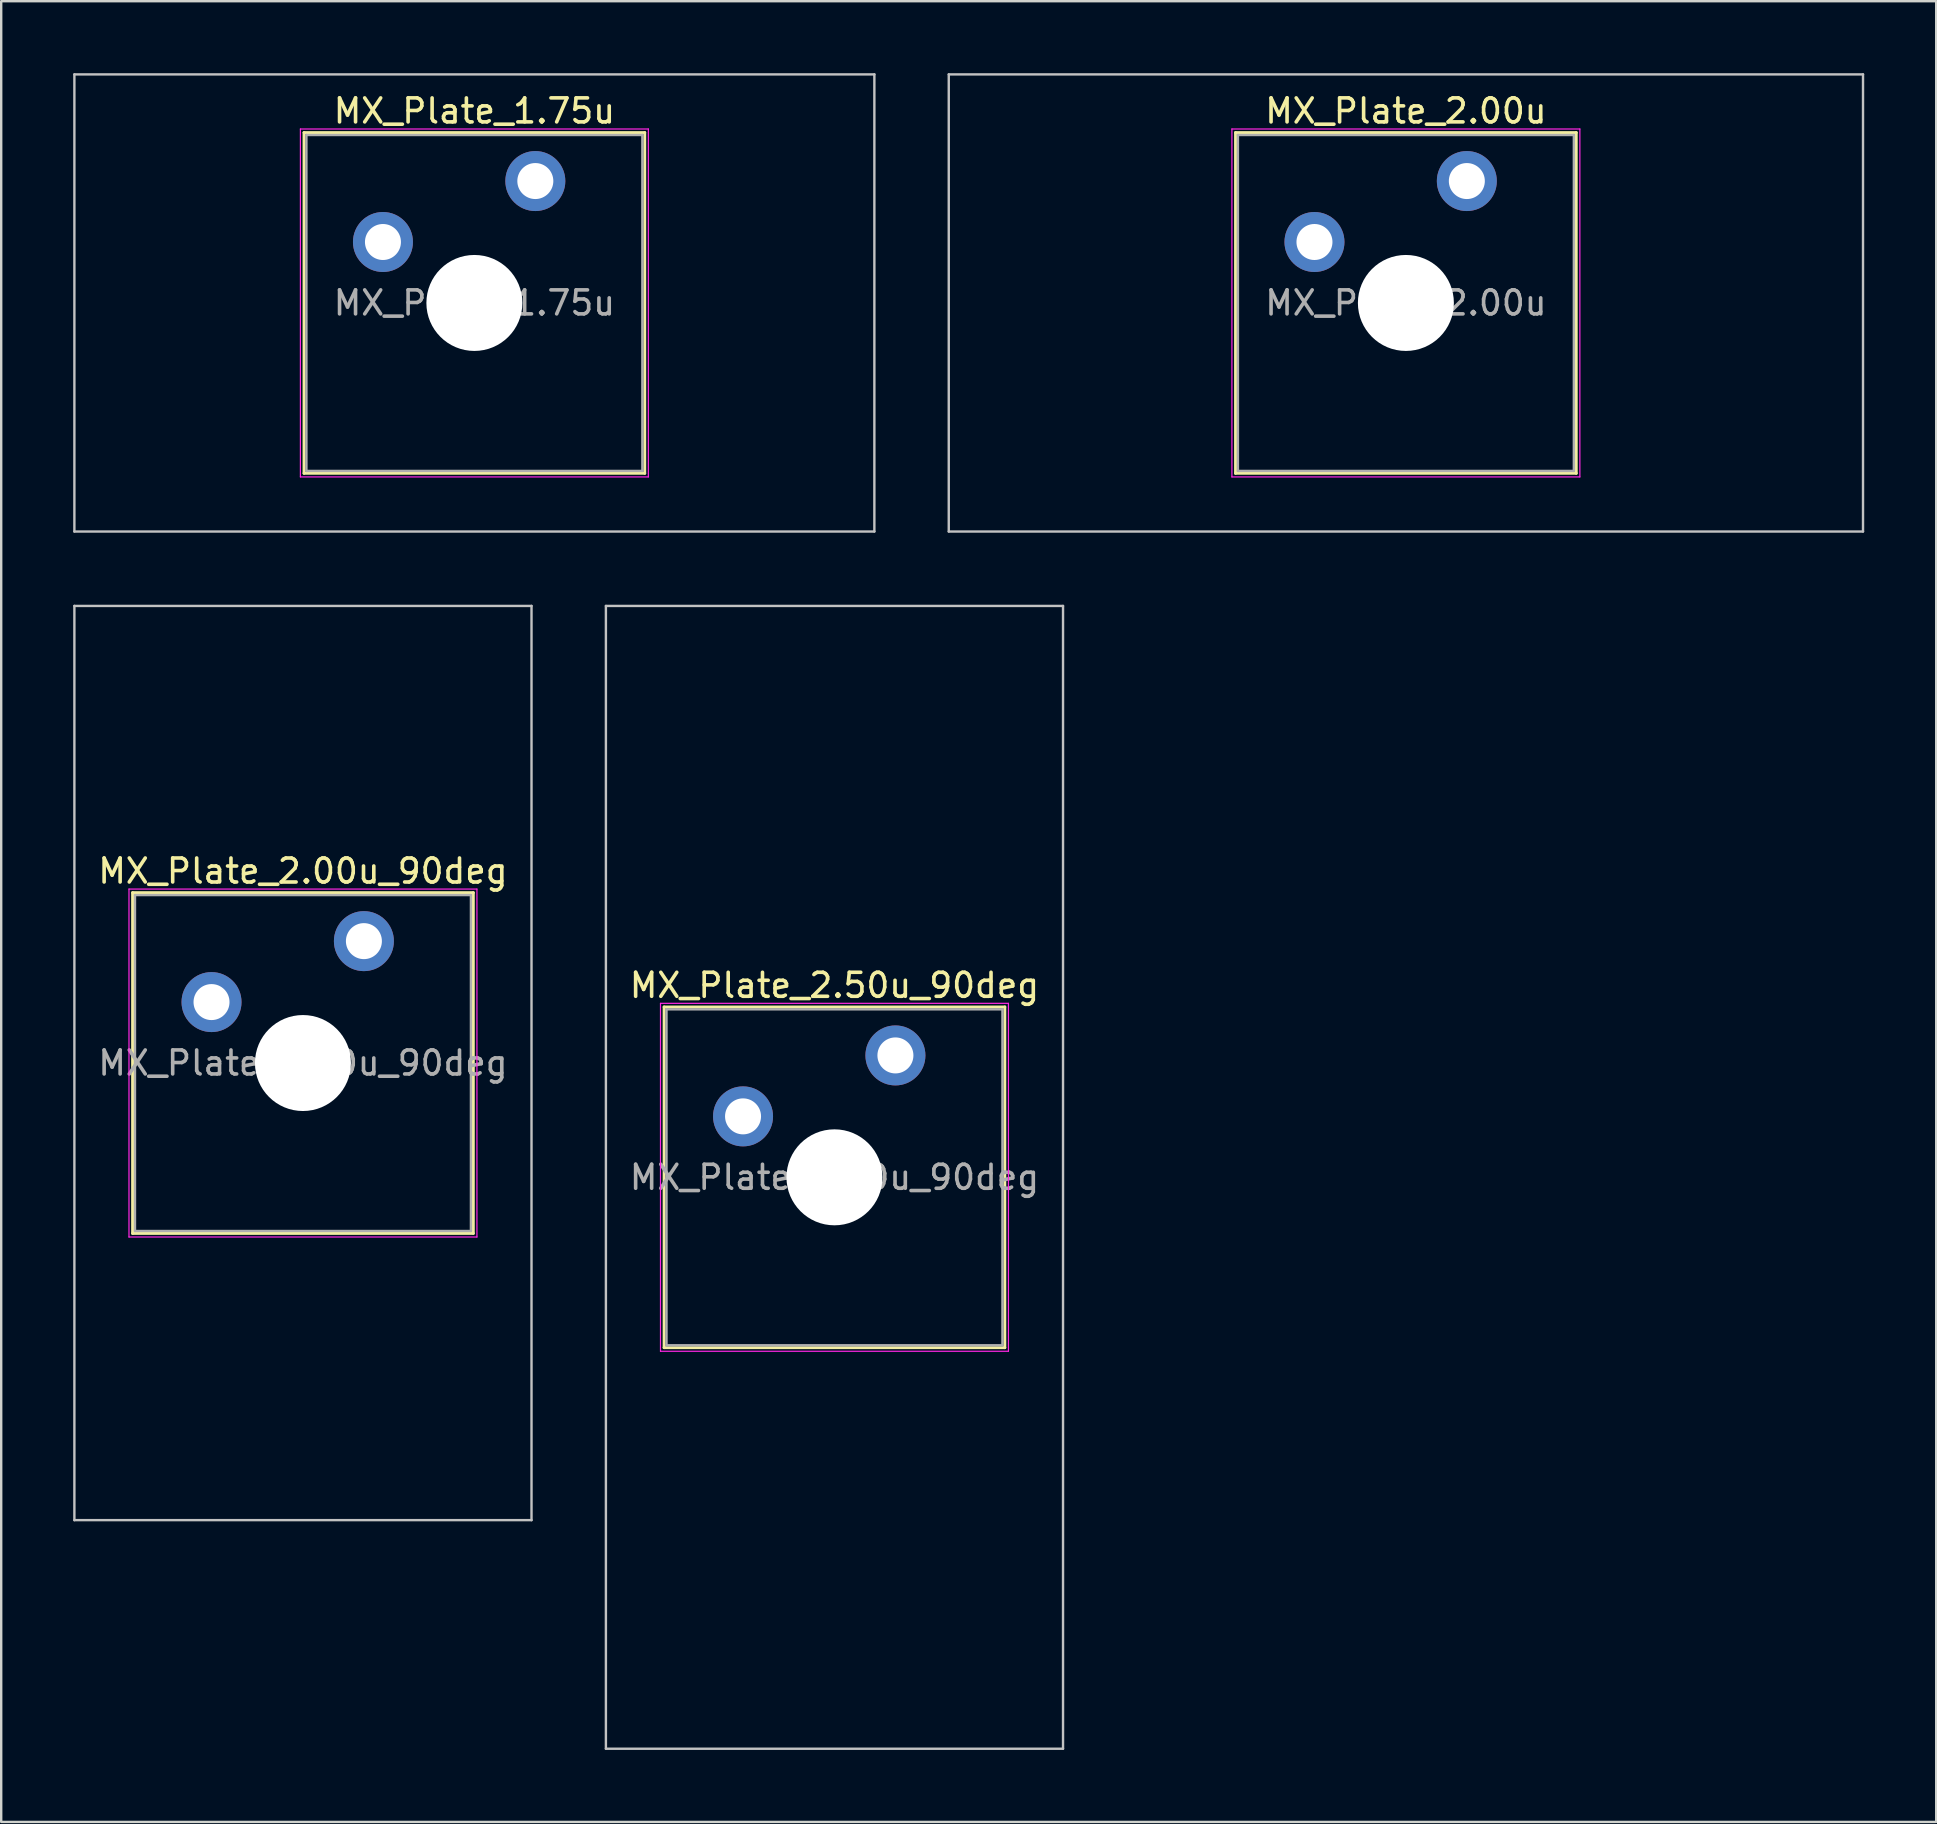
<source format=kicad_pcb>
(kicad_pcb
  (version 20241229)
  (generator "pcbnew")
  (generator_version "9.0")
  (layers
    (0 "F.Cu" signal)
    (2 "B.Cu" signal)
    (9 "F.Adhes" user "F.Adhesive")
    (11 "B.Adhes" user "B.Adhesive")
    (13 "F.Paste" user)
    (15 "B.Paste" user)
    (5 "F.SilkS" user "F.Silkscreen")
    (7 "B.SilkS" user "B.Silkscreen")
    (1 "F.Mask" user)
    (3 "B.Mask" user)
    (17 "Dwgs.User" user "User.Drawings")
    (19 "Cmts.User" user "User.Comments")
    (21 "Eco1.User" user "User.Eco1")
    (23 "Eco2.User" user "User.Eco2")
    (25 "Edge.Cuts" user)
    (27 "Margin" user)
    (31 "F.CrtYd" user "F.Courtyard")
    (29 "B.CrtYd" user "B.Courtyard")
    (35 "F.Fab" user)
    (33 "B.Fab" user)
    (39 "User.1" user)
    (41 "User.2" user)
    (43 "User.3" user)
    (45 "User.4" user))
  (footprint "MX_Plate_2.00u_90deg"
    (layer "F.Cu")
    (at 9.575 41.25)
    (property "Reference" "MX_Plate_2.00u_90deg" (at 0 -8 0) (layer "F.SilkS") (effects (font (size 1 1) (thickness 0.15))))
    (attr through_hole)
    (fp_line (start -7.1 -7.1) (end -7.1 7.1) (stroke (width 0.12) (type solid)) (layer "F.SilkS"))
    (fp_line (start -7.1 7.1) (end 7.1 7.1) (stroke (width 0.12) (type solid)) (layer "F.SilkS"))
    (fp_line (start 7.1 -7.1) (end -7.1 -7.1) (stroke (width 0.12) (type solid)) (layer "F.SilkS"))
    (fp_line (start 7.1 7.1) (end 7.1 -7.1) (stroke (width 0.12) (type solid)) (layer "F.SilkS"))
    (fp_line (start -9.525 -19.05) (end 9.525 -19.05) (stroke (width 0.1) (type solid)) (layer "Dwgs.User"))
    (fp_line (start -9.525 19.05) (end -9.525 -19.05) (stroke (width 0.1) (type solid)) (layer "Dwgs.User"))
    (fp_line (start 9.525 -19.05) (end 9.525 19.05) (stroke (width 0.1) (type solid)) (layer "Dwgs.User"))
    (fp_line (start 9.525 19.05) (end -9.525 19.05) (stroke (width 0.1) (type solid)) (layer "Dwgs.User"))
    (fp_line (start -7 -7) (end -7 7) (stroke (width 0.1) (type solid)) (layer "Eco1.User"))
    (fp_line (start -7 7) (end 7 7) (stroke (width 0.1) (type solid)) (layer "Eco1.User"))
    (fp_line (start 7 -7) (end -7 -7) (stroke (width 0.1) (type solid)) (layer "Eco1.User"))
    (fp_line (start 7 7) (end 7 -7) (stroke (width 0.1) (type solid)) (layer "Eco1.User"))
    (fp_line (start -7.25 -7.25) (end -7.25 7.25) (stroke (width 0.05) (type solid)) (layer "F.CrtYd"))
    (fp_line (start -7.25 7.25) (end 7.25 7.25) (stroke (width 0.05) (type solid)) (layer "F.CrtYd"))
    (fp_line (start 7.25 -7.25) (end -7.25 -7.25) (stroke (width 0.05) (type solid)) (layer "F.CrtYd"))
    (fp_line (start 7.25 7.25) (end 7.25 -7.25) (stroke (width 0.05) (type solid)) (layer "F.CrtYd"))
    (fp_line (start -7 -7) (end -7 7) (stroke (width 0.1) (type solid)) (layer "F.Fab"))
    (fp_line (start -7 7) (end 7 7) (stroke (width 0.1) (type solid)) (layer "F.Fab"))
    (fp_line (start 7 -7) (end -7 -7) (stroke (width 0.1) (type solid)) (layer "F.Fab"))
    (fp_line (start 7 7) (end 7 -7) (stroke (width 0.1) (type solid)) (layer "F.Fab"))
    (fp_text user "${REFERENCE}" (at 0 0 0) (layer "F.Fab") (effects (font (size 1 1) (thickness 0.15))))
    (pad "" np_thru_hole circle (at 0 0) (size 4 4) (drill 4) (layers "*.Cu" "*.Mask"))
    (pad "1" thru_hole circle (at -3.81 -2.54) (size 2.5 2.5) (drill 1.5) (layers "*.Cu" "*.Mask"))
    (pad "2" thru_hole circle (at 2.54 -5.08) (size 2.5 2.5) (drill 1.5) (layers "*.Cu" "*.Mask")))
  (footprint "MX_Plate_2.00u"
    (layer "F.Cu")
    (at 55.538 9.575)
    (property "Reference" "MX_Plate_2.00u" (at 0 -8 0) (layer "F.SilkS") (effects (font (size 1 1) (thickness 0.15))))
    (attr through_hole)
    (fp_line (start -7.1 -7.1) (end -7.1 7.1) (stroke (width 0.12) (type solid)) (layer "F.SilkS"))
    (fp_line (start -7.1 7.1) (end 7.1 7.1) (stroke (width 0.12) (type solid)) (layer "F.SilkS"))
    (fp_line (start 7.1 -7.1) (end -7.1 -7.1) (stroke (width 0.12) (type solid)) (layer "F.SilkS"))
    (fp_line (start 7.1 7.1) (end 7.1 -7.1) (stroke (width 0.12) (type solid)) (layer "F.SilkS"))
    (fp_line (start -19.05 -9.525) (end -19.05 9.525) (stroke (width 0.1) (type solid)) (layer "Dwgs.User"))
    (fp_line (start -19.05 9.525) (end 19.05 9.525) (stroke (width 0.1) (type solid)) (layer "Dwgs.User"))
    (fp_line (start 19.05 -9.525) (end -19.05 -9.525) (stroke (width 0.1) (type solid)) (layer "Dwgs.User"))
    (fp_line (start 19.05 9.525) (end 19.05 -9.525) (stroke (width 0.1) (type solid)) (layer "Dwgs.User"))
    (fp_line (start -7 -7) (end -7 7) (stroke (width 0.1) (type solid)) (layer "Eco1.User"))
    (fp_line (start -7 7) (end 7 7) (stroke (width 0.1) (type solid)) (layer "Eco1.User"))
    (fp_line (start 7 -7) (end -7 -7) (stroke (width 0.1) (type solid)) (layer "Eco1.User"))
    (fp_line (start 7 7) (end 7 -7) (stroke (width 0.1) (type solid)) (layer "Eco1.User"))
    (fp_line (start -7.25 -7.25) (end -7.25 7.25) (stroke (width 0.05) (type solid)) (layer "F.CrtYd"))
    (fp_line (start -7.25 7.25) (end 7.25 7.25) (stroke (width 0.05) (type solid)) (layer "F.CrtYd"))
    (fp_line (start 7.25 -7.25) (end -7.25 -7.25) (stroke (width 0.05) (type solid)) (layer "F.CrtYd"))
    (fp_line (start 7.25 7.25) (end 7.25 -7.25) (stroke (width 0.05) (type solid)) (layer "F.CrtYd"))
    (fp_line (start -7 -7) (end -7 7) (stroke (width 0.1) (type solid)) (layer "F.Fab"))
    (fp_line (start -7 7) (end 7 7) (stroke (width 0.1) (type solid)) (layer "F.Fab"))
    (fp_line (start 7 -7) (end -7 -7) (stroke (width 0.1) (type solid)) (layer "F.Fab"))
    (fp_line (start 7 7) (end 7 -7) (stroke (width 0.1) (type solid)) (layer "F.Fab"))
    (fp_text user "${REFERENCE}" (at 0 0 0) (layer "F.Fab") (effects (font (size 1 1) (thickness 0.15))))
    (pad "" np_thru_hole circle (at 0 0) (size 4 4) (drill 4) (layers "*.Cu" "*.Mask"))
    (pad "1" thru_hole circle (at -3.81 -2.54) (size 2.5 2.5) (drill 1.5) (layers "*.Cu" "*.Mask"))
    (pad "2" thru_hole circle (at 2.54 -5.08) (size 2.5 2.5) (drill 1.5) (layers "*.Cu" "*.Mask")))
  (footprint "MX_Plate_1.75u"
    (layer "F.Cu")
    (at 16.719 9.575)
    (property "Reference" "MX_Plate_1.75u" (at 0 -8 0) (layer "F.SilkS") (effects (font (size 1 1) (thickness 0.15))))
    (attr through_hole)
    (fp_line (start -7.1 -7.1) (end -7.1 7.1) (stroke (width 0.12) (type solid)) (layer "F.SilkS"))
    (fp_line (start -7.1 7.1) (end 7.1 7.1) (stroke (width 0.12) (type solid)) (layer "F.SilkS"))
    (fp_line (start 7.1 -7.1) (end -7.1 -7.1) (stroke (width 0.12) (type solid)) (layer "F.SilkS"))
    (fp_line (start 7.1 7.1) (end 7.1 -7.1) (stroke (width 0.12) (type solid)) (layer "F.SilkS"))
    (fp_line (start -16.669 -9.525) (end -16.669 9.525) (stroke (width 0.1) (type solid)) (layer "Dwgs.User"))
    (fp_line (start -16.669 9.525) (end 16.669 9.525) (stroke (width 0.1) (type solid)) (layer "Dwgs.User"))
    (fp_line (start 16.669 -9.525) (end -16.669 -9.525) (stroke (width 0.1) (type solid)) (layer "Dwgs.User"))
    (fp_line (start 16.669 9.525) (end 16.669 -9.525) (stroke (width 0.1) (type solid)) (layer "Dwgs.User"))
    (fp_line (start -7 -7) (end -7 7) (stroke (width 0.1) (type solid)) (layer "Eco1.User"))
    (fp_line (start -7 7) (end 7 7) (stroke (width 0.1) (type solid)) (layer "Eco1.User"))
    (fp_line (start 7 -7) (end -7 -7) (stroke (width 0.1) (type solid)) (layer "Eco1.User"))
    (fp_line (start 7 7) (end 7 -7) (stroke (width 0.1) (type solid)) (layer "Eco1.User"))
    (fp_line (start -7.25 -7.25) (end -7.25 7.25) (stroke (width 0.05) (type solid)) (layer "F.CrtYd"))
    (fp_line (start -7.25 7.25) (end 7.25 7.25) (stroke (width 0.05) (type solid)) (layer "F.CrtYd"))
    (fp_line (start 7.25 -7.25) (end -7.25 -7.25) (stroke (width 0.05) (type solid)) (layer "F.CrtYd"))
    (fp_line (start 7.25 7.25) (end 7.25 -7.25) (stroke (width 0.05) (type solid)) (layer "F.CrtYd"))
    (fp_line (start -7 -7) (end -7 7) (stroke (width 0.1) (type solid)) (layer "F.Fab"))
    (fp_line (start -7 7) (end 7 7) (stroke (width 0.1) (type solid)) (layer "F.Fab"))
    (fp_line (start 7 -7) (end -7 -7) (stroke (width 0.1) (type solid)) (layer "F.Fab"))
    (fp_line (start 7 7) (end 7 -7) (stroke (width 0.1) (type solid)) (layer "F.Fab"))
    (fp_text user "${REFERENCE}" (at 0 0 0) (layer "F.Fab") (effects (font (size 1 1) (thickness 0.15))))
    (pad "" np_thru_hole circle (at 0 0) (size 4 4) (drill 4) (layers "*.Cu" "*.Mask"))
    (pad "1" thru_hole circle (at -3.81 -2.54) (size 2.5 2.5) (drill 1.5) (layers "*.Cu" "*.Mask"))
    (pad "2" thru_hole circle (at 2.54 -5.08) (size 2.5 2.5) (drill 1.5) (layers "*.Cu" "*.Mask")))
  (footprint "MX_Plate_2.50u_90deg"
    (layer "F.Cu")
    (at 31.725 46.013)
    (property "Reference" "MX_Plate_2.50u_90deg" (at 0 -8 0) (layer "F.SilkS") (effects (font (size 1 1) (thickness 0.15))))
    (attr through_hole)
    (fp_line (start -7.1 -7.1) (end -7.1 7.1) (stroke (width 0.12) (type solid)) (layer "F.SilkS"))
    (fp_line (start -7.1 7.1) (end 7.1 7.1) (stroke (width 0.12) (type solid)) (layer "F.SilkS"))
    (fp_line (start 7.1 -7.1) (end -7.1 -7.1) (stroke (width 0.12) (type solid)) (layer "F.SilkS"))
    (fp_line (start 7.1 7.1) (end 7.1 -7.1) (stroke (width 0.12) (type solid)) (layer "F.SilkS"))
    (fp_line (start -9.525 -23.812) (end 9.525 -23.812) (stroke (width 0.1) (type solid)) (layer "Dwgs.User"))
    (fp_line (start -9.525 23.812) (end -9.525 -23.812) (stroke (width 0.1) (type solid)) (layer "Dwgs.User"))
    (fp_line (start 9.525 -23.812) (end 9.525 23.812) (stroke (width 0.1) (type solid)) (layer "Dwgs.User"))
    (fp_line (start 9.525 23.812) (end -9.525 23.812) (stroke (width 0.1) (type solid)) (layer "Dwgs.User"))
    (fp_line (start -7 -7) (end -7 7) (stroke (width 0.1) (type solid)) (layer "Eco1.User"))
    (fp_line (start -7 7) (end 7 7) (stroke (width 0.1) (type solid)) (layer "Eco1.User"))
    (fp_line (start 7 -7) (end -7 -7) (stroke (width 0.1) (type solid)) (layer "Eco1.User"))
    (fp_line (start 7 7) (end 7 -7) (stroke (width 0.1) (type solid)) (layer "Eco1.User"))
    (fp_line (start -7.25 -7.25) (end -7.25 7.25) (stroke (width 0.05) (type solid)) (layer "F.CrtYd"))
    (fp_line (start -7.25 7.25) (end 7.25 7.25) (stroke (width 0.05) (type solid)) (layer "F.CrtYd"))
    (fp_line (start 7.25 -7.25) (end -7.25 -7.25) (stroke (width 0.05) (type solid)) (layer "F.CrtYd"))
    (fp_line (start 7.25 7.25) (end 7.25 -7.25) (stroke (width 0.05) (type solid)) (layer "F.CrtYd"))
    (fp_line (start -7 -7) (end -7 7) (stroke (width 0.1) (type solid)) (layer "F.Fab"))
    (fp_line (start -7 7) (end 7 7) (stroke (width 0.1) (type solid)) (layer "F.Fab"))
    (fp_line (start 7 -7) (end -7 -7) (stroke (width 0.1) (type solid)) (layer "F.Fab"))
    (fp_line (start 7 7) (end 7 -7) (stroke (width 0.1) (type solid)) (layer "F.Fab"))
    (fp_text user "${REFERENCE}" (at 0 0 0) (layer "F.Fab") (effects (font (size 1 1) (thickness 0.15))))
    (pad "" np_thru_hole circle (at 0 0) (size 4 4) (drill 4) (layers "*.Cu" "*.Mask"))
    (pad "1" thru_hole circle (at -3.81 -2.54) (size 2.5 2.5) (drill 1.5) (layers "*.Cu" "*.Mask"))
    (pad "2" thru_hole circle (at 2.54 -5.08) (size 2.5 2.5) (drill 1.5) (layers "*.Cu" "*.Mask")))
  (gr_rect
    (start -3 -3)
    (end 77.638 72.875)
    (stroke (width 0.1) (type default))
    (fill no)
    (layer "Edge.Cuts")))
</source>
